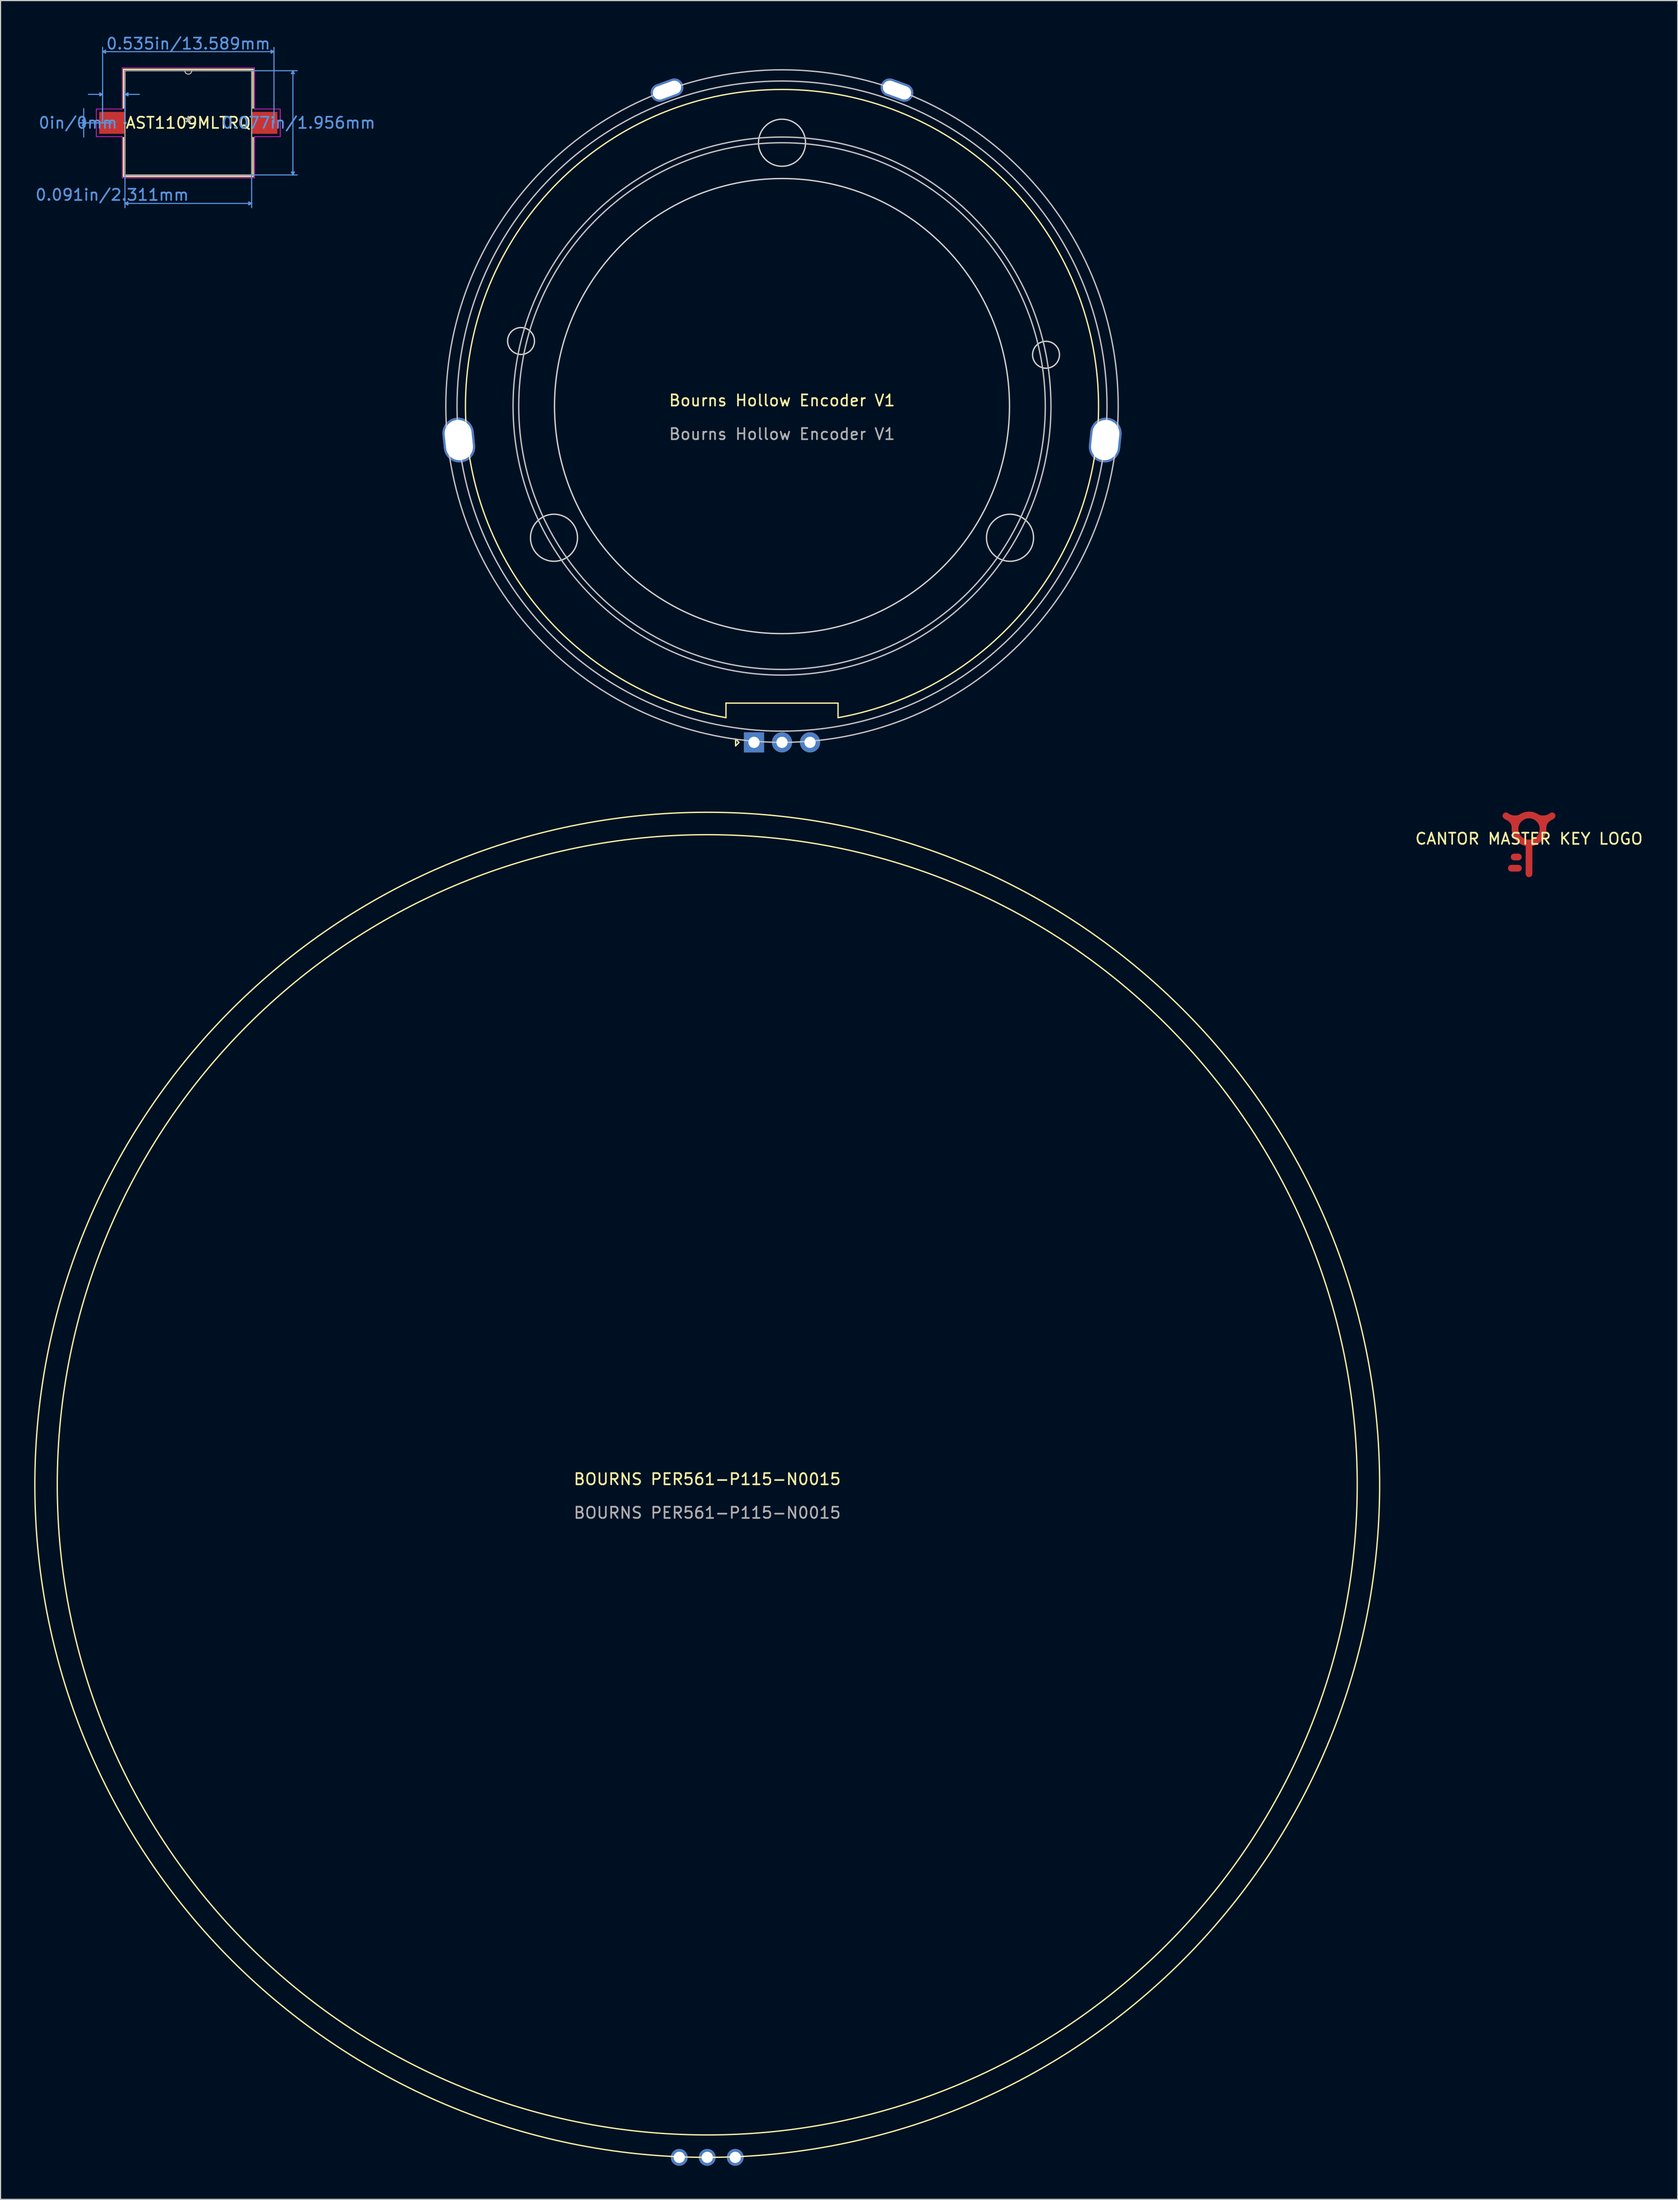
<source format=kicad_pcb>
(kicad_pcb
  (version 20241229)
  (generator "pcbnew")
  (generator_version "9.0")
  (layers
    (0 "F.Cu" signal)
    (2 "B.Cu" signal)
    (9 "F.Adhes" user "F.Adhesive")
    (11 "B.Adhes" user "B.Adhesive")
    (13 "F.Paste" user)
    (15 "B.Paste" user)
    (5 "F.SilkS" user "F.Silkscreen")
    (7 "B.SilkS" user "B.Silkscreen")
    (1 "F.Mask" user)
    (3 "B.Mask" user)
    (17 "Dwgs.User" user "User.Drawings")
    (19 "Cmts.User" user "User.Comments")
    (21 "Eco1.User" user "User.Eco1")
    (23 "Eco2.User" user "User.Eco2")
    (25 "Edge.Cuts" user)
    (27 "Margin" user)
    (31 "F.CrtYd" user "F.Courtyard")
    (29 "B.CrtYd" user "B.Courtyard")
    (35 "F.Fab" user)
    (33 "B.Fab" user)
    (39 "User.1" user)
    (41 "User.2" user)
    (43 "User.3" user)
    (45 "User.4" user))
  (footprint "CANTOR MASTER KEY LOGO"
    (layer "F.Cu")
    (at 133.388 72.28)
    (property "Reference" "CANTOR MASTER KEY LOGO" (at 0 -0.5 0) (unlocked yes) (layer "F.SilkS") (effects (font (size 1 1) (thickness 0.15))))
    (attr smd)
    (fp_line (start -0.95 1.125) (end -1.325 1.125) (stroke (width 0.6) (type default)) (layer "F.Cu"))
    (fp_line (start -0.95 2.125) (end -1.575 2.125) (stroke (width 0.6) (type default)) (layer "F.Cu"))
    (fp_line (start -0.95 1.125) (end -1.325 1.125) (stroke (width 0.6) (type default)) (layer "F.Mask"))
    (fp_line (start -0.95 2.125) (end -1.575 2.125) (stroke (width 0.6) (type default)) (layer "F.Mask"))
    (pad "" smd custom (at 0 -2.625) (size 0.6 0.6) (layers "F.Cu" "F.Mask") (options (anchor circle)) (primitives (gr_poly (pts (xy 0.3 0) (xy 0.282 -0.103) (xy 0.23 -0.193) (xy 0.15 -0.26) (xy 0.052 -0.295) (xy -0.052 -0.295) (xy -0.15 -0.26) (xy -0.23 -0.193) (xy -0.282 -0.103) (xy -0.3 0) (xy -0.282 0.103) (xy -0.23 0.193) (xy -0.15 0.26) (xy -0.052 0.295) (xy 0.052 0.295) (xy 0.15 0.26) (xy 0.23 0.193) (xy 0.282 0.103) (xy 0.3 0)) (width 0) (fill yes)) (gr_circle (center 0 1.25) (end 1.25 1.25) (width 0.6) (fill no)) (gr_line (start 0 2.5) (end 0 5.25) (width 0.6)) (gr_arc (start -1.802786 0.225573) (mid -1.399349 0.594269) (end -1.249999 1.12) (width 0.6)) (gr_arc (start 1.250001 1.13) (mid 1.39935 0.604269) (end 1.802787 0.235574) (width 0.6)) (gr_arc (start -0.75 0.25) (mid -1.426524 0.334668) (end -2.057775 0.077033) (width 0.6)) (gr_arc (start 2.057775 0.077033) (mid 1.426524 0.334668) (end 0.75 0.25) (width 0.6)))))
  (footprint "AST1109MLTRQ"
    (layer "F.Cu")
    (at 13.753 7.909)
    (property "Reference" "AST1109MLTRQ" (at 0 0 0) (layer "F.SilkS") (effects (font (size 1 1) (thickness 0.15))))
    (attr through_hole)
    (fp_line (start -5.779 -4.775) (end -5.779 -1.311) (stroke (width 0.12) (type solid)) (layer "F.SilkS"))
    (fp_line (start -5.779 1.311) (end -5.779 4.775) (stroke (width 0.12) (type solid)) (layer "F.SilkS"))
    (fp_line (start -5.779 4.775) (end 5.779 4.775) (stroke (width 0.12) (type solid)) (layer "F.SilkS"))
    (fp_line (start 5.779 -4.775) (end -5.779 -4.775) (stroke (width 0.12) (type solid)) (layer "F.SilkS"))
    (fp_line (start 5.779 -1.311) (end 5.779 -4.775) (stroke (width 0.12) (type solid)) (layer "F.SilkS"))
    (fp_line (start 5.779 4.775) (end 5.779 1.311) (stroke (width 0.12) (type solid)) (layer "F.SilkS"))
    (fp_line (start -9.461 -0.254) (end -9.207 -0.254) (stroke (width 0.1) (type solid)) (layer "Cmts.User"))
    (fp_line (start -9.461 0.254) (end -9.207 0.254) (stroke (width 0.1) (type solid)) (layer "Cmts.User"))
    (fp_line (start -9.335 0) (end -9.461 -0.254) (stroke (width 0.1) (type solid)) (layer "Cmts.User"))
    (fp_line (start -9.335 0) (end -9.461 0.254) (stroke (width 0.1) (type solid)) (layer "Cmts.User"))
    (fp_line (start -9.335 0) (end -9.335 -1.27) (stroke (width 0.1) (type solid)) (layer "Cmts.User"))
    (fp_line (start -9.335 0) (end -9.335 1.27) (stroke (width 0.1) (type solid)) (layer "Cmts.User"))
    (fp_line (start -9.335 0) (end -9.207 -0.254) (stroke (width 0.1) (type solid)) (layer "Cmts.User"))
    (fp_line (start -9.335 0) (end -9.207 0.254) (stroke (width 0.1) (type solid)) (layer "Cmts.User"))
    (fp_line (start -7.899 -2.667) (end -7.899 -2.413) (stroke (width 0.1) (type solid)) (layer "Cmts.User"))
    (fp_line (start -7.645 -6.35) (end -7.391 -6.477) (stroke (width 0.1) (type solid)) (layer "Cmts.User"))
    (fp_line (start -7.645 -6.35) (end -7.391 -6.223) (stroke (width 0.1) (type solid)) (layer "Cmts.User"))
    (fp_line (start -7.645 -6.35) (end 7.645 -6.35) (stroke (width 0.1) (type solid)) (layer "Cmts.User"))
    (fp_line (start -7.645 -2.54) (end -8.915 -2.54) (stroke (width 0.1) (type solid)) (layer "Cmts.User"))
    (fp_line (start -7.645 -2.54) (end -7.899 -2.667) (stroke (width 0.1) (type solid)) (layer "Cmts.User"))
    (fp_line (start -7.645 -2.54) (end -7.899 -2.413) (stroke (width 0.1) (type solid)) (layer "Cmts.User"))
    (fp_line (start -7.645 0) (end -7.645 -6.731) (stroke (width 0.1) (type solid)) (layer "Cmts.User"))
    (fp_line (start -7.645 0) (end -7.645 -2.921) (stroke (width 0.1) (type solid)) (layer "Cmts.User"))
    (fp_line (start -7.391 -6.477) (end -7.391 -6.223) (stroke (width 0.1) (type solid)) (layer "Cmts.User"))
    (fp_line (start -6.795 0) (end -9.716 0) (stroke (width 0.1) (type solid)) (layer "Cmts.User"))
    (fp_line (start -6.795 0) (end -9.716 0) (stroke (width 0.1) (type solid)) (layer "Cmts.User"))
    (fp_line (start -5.652 4.648) (end -5.652 7.569) (stroke (width 0.1) (type solid)) (layer "Cmts.User"))
    (fp_line (start -5.652 7.188) (end -5.397 7.061) (stroke (width 0.1) (type solid)) (layer "Cmts.User"))
    (fp_line (start -5.652 7.188) (end -5.397 7.315) (stroke (width 0.1) (type solid)) (layer "Cmts.User"))
    (fp_line (start -5.652 7.188) (end 5.652 7.188) (stroke (width 0.1) (type solid)) (layer "Cmts.User"))
    (fp_line (start -5.639 -2.54) (end -5.385 -2.667) (stroke (width 0.1) (type solid)) (layer "Cmts.User"))
    (fp_line (start -5.639 -2.54) (end -5.385 -2.413) (stroke (width 0.1) (type solid)) (layer "Cmts.User"))
    (fp_line (start -5.639 -2.54) (end -4.369 -2.54) (stroke (width 0.1) (type solid)) (layer "Cmts.User"))
    (fp_line (start -5.639 0) (end -5.639 -2.921) (stroke (width 0.1) (type solid)) (layer "Cmts.User"))
    (fp_line (start -5.397 7.061) (end -5.397 7.315) (stroke (width 0.1) (type solid)) (layer "Cmts.User"))
    (fp_line (start -5.385 -2.667) (end -5.385 -2.413) (stroke (width 0.1) (type solid)) (layer "Cmts.User"))
    (fp_line (start 5.397 7.061) (end 5.397 7.315) (stroke (width 0.1) (type solid)) (layer "Cmts.User"))
    (fp_line (start 5.652 -4.648) (end 9.716 -4.648) (stroke (width 0.1) (type solid)) (layer "Cmts.User"))
    (fp_line (start 5.652 4.648) (end 5.652 7.569) (stroke (width 0.1) (type solid)) (layer "Cmts.User"))
    (fp_line (start 5.652 4.648) (end 9.716 4.648) (stroke (width 0.1) (type solid)) (layer "Cmts.User"))
    (fp_line (start 5.652 7.188) (end 5.397 7.061) (stroke (width 0.1) (type solid)) (layer "Cmts.User"))
    (fp_line (start 5.652 7.188) (end 5.397 7.315) (stroke (width 0.1) (type solid)) (layer "Cmts.User"))
    (fp_line (start 7.391 -6.477) (end 7.391 -6.223) (stroke (width 0.1) (type solid)) (layer "Cmts.User"))
    (fp_line (start 7.645 -6.35) (end 7.391 -6.477) (stroke (width 0.1) (type solid)) (layer "Cmts.User"))
    (fp_line (start 7.645 -6.35) (end 7.391 -6.223) (stroke (width 0.1) (type solid)) (layer "Cmts.User"))
    (fp_line (start 7.645 0) (end 7.645 -6.731) (stroke (width 0.1) (type solid)) (layer "Cmts.User"))
    (fp_line (start 9.207 -4.394) (end 9.461 -4.394) (stroke (width 0.1) (type solid)) (layer "Cmts.User"))
    (fp_line (start 9.207 4.394) (end 9.461 4.394) (stroke (width 0.1) (type solid)) (layer "Cmts.User"))
    (fp_line (start 9.335 -4.648) (end 9.207 -4.394) (stroke (width 0.1) (type solid)) (layer "Cmts.User"))
    (fp_line (start 9.335 -4.648) (end 9.335 4.648) (stroke (width 0.1) (type solid)) (layer "Cmts.User"))
    (fp_line (start 9.335 -4.648) (end 9.461 -4.394) (stroke (width 0.1) (type solid)) (layer "Cmts.User"))
    (fp_line (start 9.335 4.648) (end 9.207 4.394) (stroke (width 0.1) (type solid)) (layer "Cmts.User"))
    (fp_line (start 9.335 4.648) (end 9.461 4.394) (stroke (width 0.1) (type solid)) (layer "Cmts.User"))
    (fp_line (start -8.204 -1.232) (end -5.905 -1.232) (stroke (width 0.05) (type solid)) (layer "F.CrtYd"))
    (fp_line (start -8.204 -1.232) (end -5.905 -1.232) (stroke (width 0.05) (type solid)) (layer "F.CrtYd"))
    (fp_line (start -8.204 1.232) (end -8.204 -1.232) (stroke (width 0.05) (type solid)) (layer "F.CrtYd"))
    (fp_line (start -8.204 1.232) (end -8.204 -1.232) (stroke (width 0.05) (type solid)) (layer "F.CrtYd"))
    (fp_line (start -8.204 1.232) (end -5.905 1.232) (stroke (width 0.05) (type solid)) (layer "F.CrtYd"))
    (fp_line (start -5.905 -4.902) (end 5.905 -4.902) (stroke (width 0.05) (type solid)) (layer "F.CrtYd"))
    (fp_line (start -5.905 -4.902) (end 5.905 -4.902) (stroke (width 0.05) (type solid)) (layer "F.CrtYd"))
    (fp_line (start -5.905 -1.232) (end -5.905 -4.902) (stroke (width 0.05) (type solid)) (layer "F.CrtYd"))
    (fp_line (start -5.905 -1.232) (end -5.905 -4.902) (stroke (width 0.05) (type solid)) (layer "F.CrtYd"))
    (fp_line (start -5.905 1.232) (end -8.204 1.232) (stroke (width 0.05) (type solid)) (layer "F.CrtYd"))
    (fp_line (start -5.905 4.902) (end -5.905 1.232) (stroke (width 0.05) (type solid)) (layer "F.CrtYd"))
    (fp_line (start -5.905 4.902) (end -5.905 1.232) (stroke (width 0.05) (type solid)) (layer "F.CrtYd"))
    (fp_line (start 5.905 -4.902) (end 5.905 -1.232) (stroke (width 0.05) (type solid)) (layer "F.CrtYd"))
    (fp_line (start 5.905 -4.902) (end 5.905 -1.232) (stroke (width 0.05) (type solid)) (layer "F.CrtYd"))
    (fp_line (start 5.905 -1.232) (end 8.204 -1.232) (stroke (width 0.05) (type solid)) (layer "F.CrtYd"))
    (fp_line (start 5.905 1.232) (end 5.905 4.902) (stroke (width 0.05) (type solid)) (layer "F.CrtYd"))
    (fp_line (start 5.905 1.232) (end 5.905 4.902) (stroke (width 0.05) (type solid)) (layer "F.CrtYd"))
    (fp_line (start 5.905 4.902) (end -5.905 4.902) (stroke (width 0.05) (type solid)) (layer "F.CrtYd"))
    (fp_line (start 5.905 4.902) (end -5.905 4.902) (stroke (width 0.05) (type solid)) (layer "F.CrtYd"))
    (fp_line (start 8.204 -1.232) (end 5.905 -1.232) (stroke (width 0.05) (type solid)) (layer "F.CrtYd"))
    (fp_line (start 8.204 -1.232) (end 8.204 1.232) (stroke (width 0.05) (type solid)) (layer "F.CrtYd"))
    (fp_line (start 8.204 -1.232) (end 8.204 1.232) (stroke (width 0.05) (type solid)) (layer "F.CrtYd"))
    (fp_line (start 8.204 1.232) (end 5.905 1.232) (stroke (width 0.05) (type solid)) (layer "F.CrtYd"))
    (fp_line (start 8.204 1.232) (end 5.905 1.232) (stroke (width 0.05) (type solid)) (layer "F.CrtYd"))
    (fp_line (start -5.652 -4.648) (end -5.652 4.648) (stroke (width 0.1) (type solid)) (layer "F.Fab"))
    (fp_line (start -5.652 4.648) (end 5.652 4.648) (stroke (width 0.1) (type solid)) (layer "F.Fab"))
    (fp_line (start 5.652 -4.648) (end -5.652 -4.648) (stroke (width 0.1) (type solid)) (layer "F.Fab"))
    (fp_line (start 5.652 4.648) (end 5.652 -4.648) (stroke (width 0.1) (type solid)) (layer "F.Fab"))
    (fp_arc (start 0.3048 -4.6482) (mid 0 -4.3434) (end -0.3048 -4.6482) (stroke (width 0.1) (type solid)) (layer "F.Fab"))
    (fp_circle (center -5.639 0) (end -5.563 0) (stroke (width 0.1) (type solid)) (fill no) (layer "F.Fab"))
    (fp_text user "*" (at 0 0 0) (layer "F.SilkS") (effects (font (size 1 1) (thickness 0.15))))
    (fp_text user "Copyright 2021 Accelerated Designs. All rights reserved." (at 0 0 0) (layer "Cmts.User") (effects (font (size 0.127 0.127) (thickness 0.002))))
    (fp_text user "0.535in/13.589mm" (at 0 -7.061 0) (layer "Cmts.User") (effects (font (size 1 1) (thickness 0.15))))
    (fp_text user "0.091in/2.311mm" (at -6.795 6.426 0) (layer "Cmts.User") (effects (font (size 1 1) (thickness 0.15))))
    (fp_text user "0.077in/1.956mm" (at 9.842 0 0) (layer "Cmts.User") (effects (font (size 1 1) (thickness 0.15))))
    (fp_text user "0in/0mm" (at -9.842 0 0) (layer "Cmts.User") (effects (font (size 1 1) (thickness 0.15))))
    (fp_text user "*" (at 0 0 0) (layer "F.Fab") (effects (font (size 1 1) (thickness 0.15))))
    (pad "1" smd rect (at -6.795 0) (size 2.311 1.956) (layers "F.Cu" "F.Mask" "F.Paste"))
    (pad "2" smd rect (at 6.795 0) (size 2.311 1.956) (layers "F.Cu" "F.Mask" "F.Paste")))
  (footprint "Bourns Hollow Encoder V1"
    (layer "F.Cu")
    (at 66.731 33.178)
    (property "Reference" "Bourns Hollow Encoder V1" (at 0 -0.5 0) (unlocked yes) (layer "F.SilkS") (effects (font (size 1 1) (thickness 0.15))))
    (attr through_hole)
    (fp_line (start -5 26.5) (end -5 27.8) (stroke (width 0.12) (type solid)) (layer "F.SilkS"))
    (fp_line (start -5 26.5) (end 5 26.5) (stroke (width 0.12) (type solid)) (layer "F.SilkS"))
    (fp_line (start -4.14 29.71) (end -3.84 30.01) (stroke (width 0.12) (type solid)) (layer "F.SilkS"))
    (fp_line (start -4.14 30.31) (end -4.14 29.71) (stroke (width 0.12) (type solid)) (layer "F.SilkS"))
    (fp_line (start -3.84 30.01) (end -4.14 30.31) (stroke (width 0.12) (type solid)) (layer "F.SilkS"))
    (fp_line (start 5 26.5) (end 5 27.8) (stroke (width 0.12) (type solid)) (layer "F.SilkS"))
    (fp_arc (start -5 27.799999) (mid 0 -28.246061) (end 5 27.799999) (stroke (width 0.12) (type solid)) (layer "F.SilkS"))
    (fp_circle (center 0 0) (end 23.494 0) (stroke (width 0.12) (type solid)) (fill no) (layer "Dwgs.User"))
    (fp_circle (center 0 0) (end 24 0) (stroke (width 0.12) (type solid)) (fill no) (layer "Dwgs.User"))
    (fp_circle (center 0 0) (end 29 0) (stroke (width 0.12) (type solid)) (fill no) (layer "Dwgs.User"))
    (fp_circle (center 0 0) (end 30 0) (stroke (width 0.12) (type solid)) (fill no) (layer "Dwgs.User"))
    (fp_circle (center -23.287 -5.806) (end -22.087 -5.806) (stroke (width 0.12) (type solid)) (fill no) (layer "Edge.Cuts"))
    (fp_circle (center -20.346 11.747) (end -18.246 11.747) (stroke (width 0.12) (type solid)) (fill no) (layer "Edge.Cuts"))
    (fp_circle (center 0 -23.494) (end 2.1 -23.494) (stroke (width 0.12) (type solid)) (fill no) (layer "Edge.Cuts"))
    (fp_circle (center 0 0) (end 20.3 0) (stroke (width 0.12) (type solid)) (fill no) (layer "Edge.Cuts"))
    (fp_circle (center 20.346 11.747) (end 22.446 11.747) (stroke (width 0.12) (type solid)) (fill no) (layer "Edge.Cuts"))
    (fp_circle (center 23.559 -4.579) (end 24.759 -4.579) (stroke (width 0.12) (type solid)) (fill no) (layer "Edge.Cuts"))
    (fp_circle (center 0 0) (end 33.118 0) (stroke (width 0.12) (type solid)) (fill no) (layer "User.1"))
    (fp_circle (center 0 0) (end 28.25 0) (stroke (width 0.12) (type solid)) (fill no) (layer "User.9"))
    (fp_text user "${REFERENCE}" (at 0 2.5 0) (unlocked yes) (layer "F.Fab") (effects (font (size 1 1) (thickness 0.15))))
    (pad "" np_thru_hole oval (at -28.841 3.031 96) (size 4 2.8) (drill oval 3.6 2.4) (layers "*.Cu" "*.Mask"))
    (pad "" np_thru_hole oval (at -10.261 -28.191 20) (size 3 1.6) (drill oval 2.6 1.2) (layers "*.Cu" "*.Mask"))
    (pad "" np_thru_hole oval (at 10.261 -28.191 340) (size 3 1.6) (drill oval 2.6 1.2) (layers "*.Cu" "*.Mask"))
    (pad "" np_thru_hole oval (at 28.841 3.031 84) (size 4 2.8) (drill oval 3.6 2.4) (layers "*.Cu" "*.Mask"))
    (pad "A" thru_hole rect (at -2.5 30) (size 1.8 1.8) (drill 1) (layers "*.Cu" "*.Mask"))
    (pad "B" thru_hole circle (at 2.5 30) (size 1.8 1.8) (drill 1) (layers "*.Cu" "*.Mask"))
    (pad "C" thru_hole circle (at 0 30) (size 1.8 1.8) (drill 1) (layers "*.Cu" "*.Mask")))
  (footprint "BOURNS PER561-P115-N0015"
    (layer "F.Cu")
    (at 60.06 129.415)
    (property "Reference" "BOURNS PER561-P115-N0015" (at 0 -0.5 0) (unlocked yes) (layer "F.SilkS") (effects (font (size 1 1) (thickness 0.15))))
    (attr through_hole)
    (fp_circle (center 0 0) (end 58 0) (stroke (width 0.12) (type solid)) (fill no) (layer "F.SilkS"))
    (fp_circle (center 0 0) (end 60 0) (stroke (width 0.12) (type solid)) (fill no) (layer "F.SilkS"))
    (fp_text user "${REFERENCE}" (at 0 2.5 0) (unlocked yes) (layer "F.Fab") (effects (font (size 1 1) (thickness 0.15))))
    (pad "1" thru_hole circle (at 0 60) (size 1.5 1.5) (drill 1) (layers "*.Cu" "*.Mask"))
    (pad "A" thru_hole circle (at -2.5 60) (size 1.5 1.5) (drill 1) (layers "*.Cu" "*.Mask"))
    (pad "C" thru_hole circle (at 2.5 60) (size 1.5 1.5) (drill 1) (layers "*.Cu" "*.Mask")))
  (gr_rect
    (start -3 -3)
    (end 146.656 193.165)
    (stroke (width 0.1) (type default))
    (fill no)
    (layer "Edge.Cuts")))
</source>
